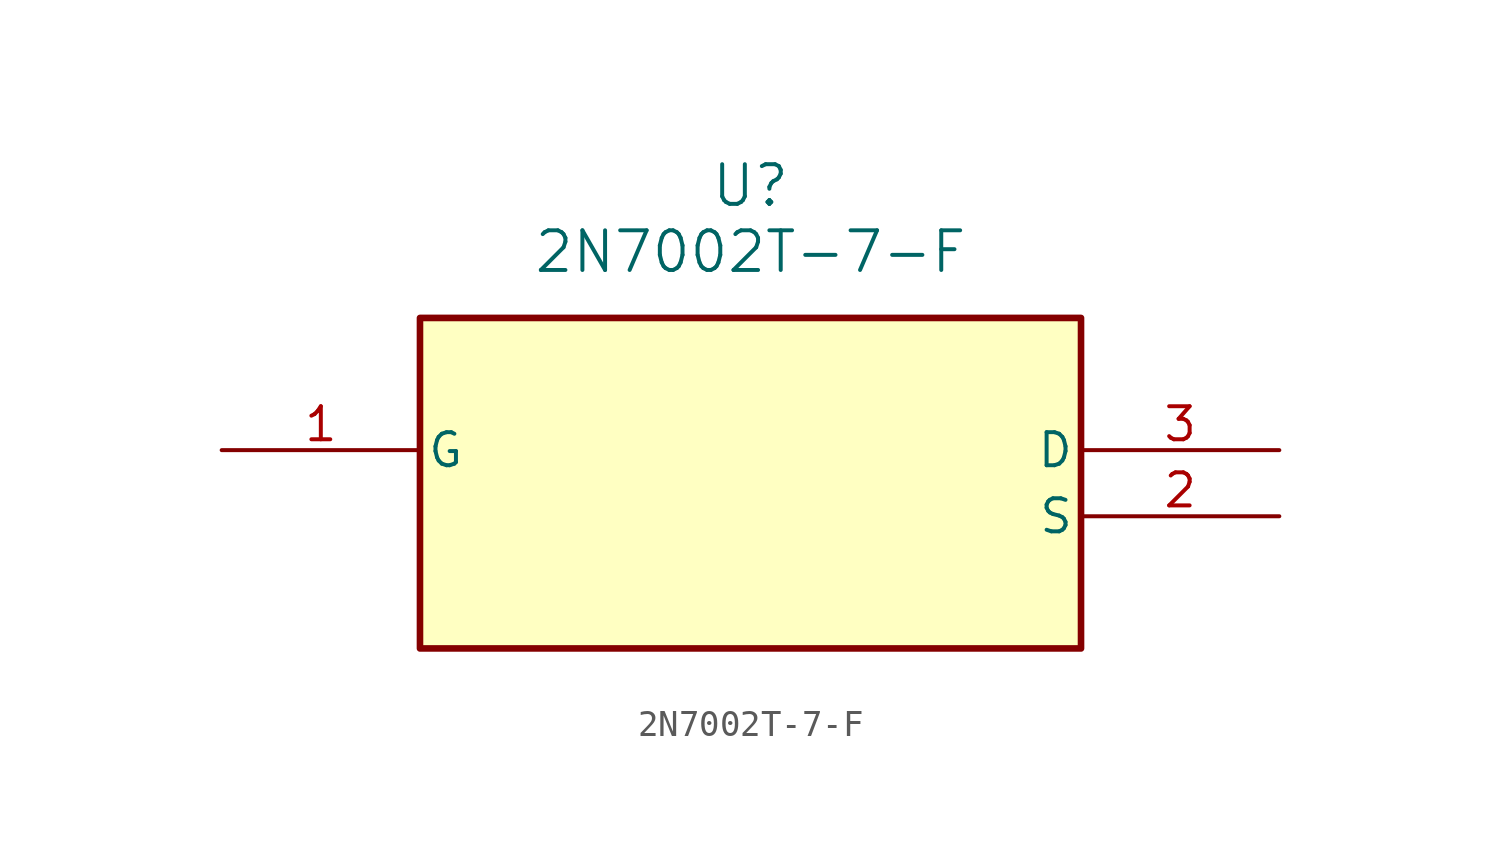
<source format=kicad_sym>
(kicad_symbol_lib
  (version 20231120)
  (generator "kicad_symbol_editor")
  (generator_version "8.0")
  (symbol "2N7002T-7-F"
    (pin_names
      (offset 0.254))
    (property "Reference" "U"
      (at 20.32 10.16 0)
      (effects (font (size 1.524 1.524))))
    (property "Value" "2N7002T-7-F"
      (at 20.32 7.62 0)
      (effects (font (size 1.524 1.524))))
    (symbol "2N7002T-7-F_1_1"
      (rectangle (start 7.62 5.08) (end 33.02 -7.62) (stroke (width 0.254) (type default)) (fill (type background)))
      (pin unspecified line (at 0 0 0) (length 7.62) (name "G" (effects (font (size 1.27 1.27)))) (number "1" (effects (font (size 1.27 1.27)))))
      (pin unspecified line (at 40.64 -2.54 180) (length 7.62) (name "S" (effects (font (size 1.27 1.27)))) (number "2" (effects (font (size 1.27 1.27)))))
      (pin unspecified line (at 40.64 0 180) (length 7.62) (name "D" (effects (font (size 1.27 1.27)))) (number "3" (effects (font (size 1.27 1.27))))))))
</source>
